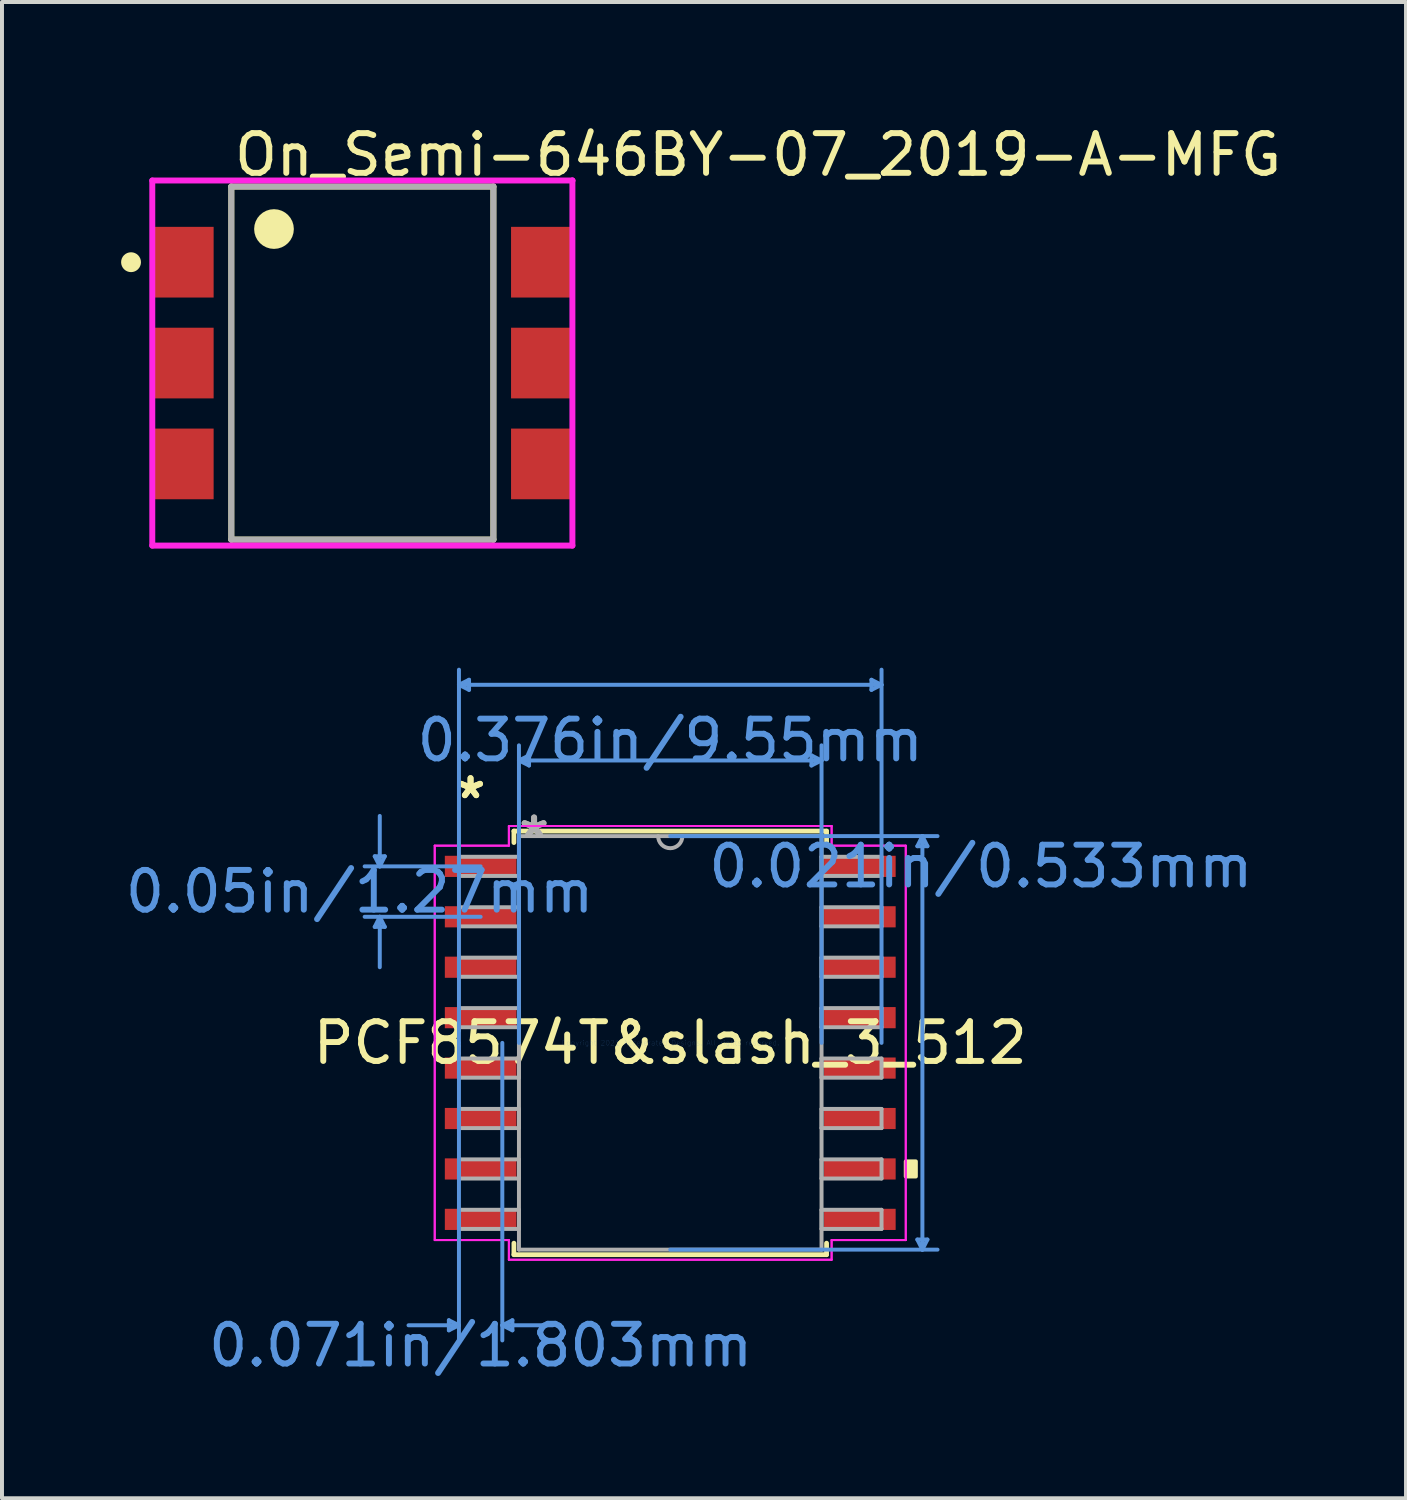
<source format=kicad_pcb>
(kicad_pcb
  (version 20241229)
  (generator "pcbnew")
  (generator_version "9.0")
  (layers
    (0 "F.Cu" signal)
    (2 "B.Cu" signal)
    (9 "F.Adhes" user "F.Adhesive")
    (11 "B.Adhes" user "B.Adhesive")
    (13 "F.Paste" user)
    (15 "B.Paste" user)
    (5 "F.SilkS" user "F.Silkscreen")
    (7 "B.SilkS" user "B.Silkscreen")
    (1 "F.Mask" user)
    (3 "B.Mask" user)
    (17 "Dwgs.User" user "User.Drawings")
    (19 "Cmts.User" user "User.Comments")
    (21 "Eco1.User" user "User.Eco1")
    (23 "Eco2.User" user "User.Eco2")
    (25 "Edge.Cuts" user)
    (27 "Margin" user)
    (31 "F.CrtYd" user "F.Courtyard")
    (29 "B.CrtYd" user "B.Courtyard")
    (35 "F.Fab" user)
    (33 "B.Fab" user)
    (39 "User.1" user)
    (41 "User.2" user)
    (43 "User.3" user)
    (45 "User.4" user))
  (footprint "On_Semi-646BY-07_2019-A-MFG"
    (layer "F.Cu")
    (at 6.075 6.093)
    (property "Reference" "On_Semi-646BY-07_2019-A-MFG" (at -3.3 -5.245 0) (layer "F.SilkS") (effects (font (size 1 1) (thickness 0.15)) (justify left)))
    (attr through_hole)
    (fp_line (start -3.3 -4.445) (end 3.3 -4.445) (stroke (width 0.15) (type solid)) (layer "F.SilkS"))
    (fp_line (start -3.3 4.445) (end -3.3 -4.445) (stroke (width 0.15) (type solid)) (layer "F.SilkS"))
    (fp_line (start -3.3 4.445) (end 3.3 4.445) (stroke (width 0.15) (type solid)) (layer "F.SilkS"))
    (fp_line (start 3.3 4.445) (end 3.3 -4.445) (stroke (width 0.15) (type solid)) (layer "F.SilkS"))
    (fp_circle (center -5.825 -2.54) (end -5.7 -2.54) (stroke (width 0.25) (type solid)) (fill no) (layer "F.SilkS"))
    (fp_circle (center -2.225 -3.375) (end -1.975 -3.375) (stroke (width 0.5) (type solid)) (fill no) (layer "F.SilkS"))
    (fp_line (start -5.29 -4.597) (end -5.29 4.597) (stroke (width 0.15) (type solid)) (layer "F.CrtYd"))
    (fp_line (start -5.29 4.597) (end 5.29 4.597) (stroke (width 0.15) (type solid)) (layer "F.CrtYd"))
    (fp_line (start 5.29 -4.597) (end -5.29 -4.597) (stroke (width 0.15) (type solid)) (layer "F.CrtYd"))
    (fp_line (start 5.29 -4.597) (end 5.29 -4.597) (stroke (width 0.15) (type solid)) (layer "F.CrtYd"))
    (fp_line (start 5.29 4.597) (end 5.29 -4.597) (stroke (width 0.15) (type solid)) (layer "F.CrtYd"))
    (fp_line (start -3.3 -4.445) (end 3.3 -4.445) (stroke (width 0.15) (type solid)) (layer "F.Fab"))
    (fp_line (start -3.3 4.445) (end -3.3 -4.445) (stroke (width 0.15) (type solid)) (layer "F.Fab"))
    (fp_line (start 3.3 -4.445) (end 3.3 4.445) (stroke (width 0.15) (type solid)) (layer "F.Fab"))
    (fp_line (start 3.3 4.445) (end -3.3 4.445) (stroke (width 0.15) (type solid)) (layer "F.Fab"))
    (pad "1" smd rect (at -4.505 -2.54) (size 1.52 1.78) (layers "F.Cu" "F.Mask" "F.Paste"))
    (pad "2" smd rect (at -4.505 0) (size 1.52 1.78) (layers "F.Cu" "F.Mask" "F.Paste"))
    (pad "3" smd rect (at -4.505 2.54) (size 1.52 1.78) (layers "F.Cu" "F.Mask" "F.Paste"))
    (pad "4" smd rect (at 4.505 2.54) (size 1.52 1.78) (layers "F.Cu" "F.Mask" "F.Paste"))
    (pad "5" smd rect (at 4.505 0) (size 1.52 1.78) (layers "F.Cu" "F.Mask" "F.Paste"))
    (pad "6" smd rect (at 4.505 -2.54) (size 1.52 1.78) (layers "F.Cu" "F.Mask" "F.Paste")))
  (footprint "PCF8574T&slash_3_512"
    (layer "F.Cu")
    (at 13.829 23.213)
    (property "Reference" "PCF8574T&slash_3_512" (at 0 0 0) (layer "F.SilkS") (effects (font (size 1 1) (thickness 0.15))))
    (attr through_hole)
    (fp_line (start -3.937 -5.334) (end -3.937 -5.044) (stroke (width 0.12) (type solid)) (layer "F.SilkS"))
    (fp_line (start -3.937 5.044) (end -3.937 5.334) (stroke (width 0.12) (type solid)) (layer "F.SilkS"))
    (fp_line (start -3.937 5.334) (end 3.937 5.334) (stroke (width 0.12) (type solid)) (layer "F.SilkS"))
    (fp_line (start 3.937 -5.334) (end -3.937 -5.334) (stroke (width 0.12) (type solid)) (layer "F.SilkS"))
    (fp_line (start 3.937 -5.044) (end 3.937 -5.334) (stroke (width 0.12) (type solid)) (layer "F.SilkS"))
    (fp_line (start 3.937 5.334) (end 3.937 5.044) (stroke (width 0.12) (type solid)) (layer "F.SilkS"))
    (fp_poly (pts (xy 6.185 2.985) (xy 6.185 3.365) (xy 5.931 3.365) (xy 5.931 2.985)) (stroke (width 0.1) (type solid)) (fill yes) (layer "F.SilkS"))
    (fp_line (start -7.442 -4.699) (end -7.188 -4.699) (stroke (width 0.1) (type solid)) (layer "Cmts.User"))
    (fp_line (start -7.442 -2.921) (end -7.188 -2.921) (stroke (width 0.1) (type solid)) (layer "Cmts.User"))
    (fp_line (start -7.315 -4.445) (end -7.442 -4.699) (stroke (width 0.1) (type solid)) (layer "Cmts.User"))
    (fp_line (start -7.315 -4.445) (end -7.315 -5.715) (stroke (width 0.1) (type solid)) (layer "Cmts.User"))
    (fp_line (start -7.315 -4.445) (end -7.188 -4.699) (stroke (width 0.1) (type solid)) (layer "Cmts.User"))
    (fp_line (start -7.315 -3.175) (end -7.442 -2.921) (stroke (width 0.1) (type solid)) (layer "Cmts.User"))
    (fp_line (start -7.315 -3.175) (end -7.315 -1.905) (stroke (width 0.1) (type solid)) (layer "Cmts.User"))
    (fp_line (start -7.315 -3.175) (end -7.188 -2.921) (stroke (width 0.1) (type solid)) (layer "Cmts.User"))
    (fp_line (start -5.575 6.985) (end -5.575 7.239) (stroke (width 0.1) (type solid)) (layer "Cmts.User"))
    (fp_line (start -5.321 -9.017) (end -5.067 -9.144) (stroke (width 0.1) (type solid)) (layer "Cmts.User"))
    (fp_line (start -5.321 -9.017) (end -5.067 -8.89) (stroke (width 0.1) (type solid)) (layer "Cmts.User"))
    (fp_line (start -5.321 -9.017) (end 5.321 -9.017) (stroke (width 0.1) (type solid)) (layer "Cmts.User"))
    (fp_line (start -5.321 0) (end -5.321 -9.398) (stroke (width 0.1) (type solid)) (layer "Cmts.User"))
    (fp_line (start -5.321 0) (end -5.321 7.493) (stroke (width 0.1) (type solid)) (layer "Cmts.User"))
    (fp_line (start -5.321 7.112) (end -6.591 7.112) (stroke (width 0.1) (type solid)) (layer "Cmts.User"))
    (fp_line (start -5.321 7.112) (end -5.575 6.985) (stroke (width 0.1) (type solid)) (layer "Cmts.User"))
    (fp_line (start -5.321 7.112) (end -5.575 7.239) (stroke (width 0.1) (type solid)) (layer "Cmts.User"))
    (fp_line (start -5.067 -9.144) (end -5.067 -8.89) (stroke (width 0.1) (type solid)) (layer "Cmts.User"))
    (fp_line (start -4.775 -4.445) (end -7.696 -4.445) (stroke (width 0.1) (type solid)) (layer "Cmts.User"))
    (fp_line (start -4.775 -3.175) (end -7.696 -3.175) (stroke (width 0.1) (type solid)) (layer "Cmts.User"))
    (fp_line (start -4.229 0) (end -4.229 7.493) (stroke (width 0.1) (type solid)) (layer "Cmts.User"))
    (fp_line (start -4.229 7.112) (end -3.975 6.985) (stroke (width 0.1) (type solid)) (layer "Cmts.User"))
    (fp_line (start -4.229 7.112) (end -3.975 7.239) (stroke (width 0.1) (type solid)) (layer "Cmts.User"))
    (fp_line (start -4.229 7.112) (end -2.959 7.112) (stroke (width 0.1) (type solid)) (layer "Cmts.User"))
    (fp_line (start -3.975 6.985) (end -3.975 7.239) (stroke (width 0.1) (type solid)) (layer "Cmts.User"))
    (fp_line (start -3.81 -7.112) (end -3.556 -7.239) (stroke (width 0.1) (type solid)) (layer "Cmts.User"))
    (fp_line (start -3.81 -7.112) (end -3.556 -6.985) (stroke (width 0.1) (type solid)) (layer "Cmts.User"))
    (fp_line (start -3.81 -7.112) (end 3.81 -7.112) (stroke (width 0.1) (type solid)) (layer "Cmts.User"))
    (fp_line (start -3.81 0) (end -3.81 -7.493) (stroke (width 0.1) (type solid)) (layer "Cmts.User"))
    (fp_line (start -3.556 -7.239) (end -3.556 -6.985) (stroke (width 0.1) (type solid)) (layer "Cmts.User"))
    (fp_line (start 0 -5.207) (end 6.731 -5.207) (stroke (width 0.1) (type solid)) (layer "Cmts.User"))
    (fp_line (start 0 5.207) (end 6.731 5.207) (stroke (width 0.1) (type solid)) (layer "Cmts.User"))
    (fp_line (start 3.556 -7.239) (end 3.556 -6.985) (stroke (width 0.1) (type solid)) (layer "Cmts.User"))
    (fp_line (start 3.81 -7.112) (end 3.556 -7.239) (stroke (width 0.1) (type solid)) (layer "Cmts.User"))
    (fp_line (start 3.81 -7.112) (end 3.556 -6.985) (stroke (width 0.1) (type solid)) (layer "Cmts.User"))
    (fp_line (start 3.81 0) (end 3.81 -7.493) (stroke (width 0.1) (type solid)) (layer "Cmts.User"))
    (fp_line (start 5.067 -9.144) (end 5.067 -8.89) (stroke (width 0.1) (type solid)) (layer "Cmts.User"))
    (fp_line (start 5.321 -9.017) (end 5.067 -9.144) (stroke (width 0.1) (type solid)) (layer "Cmts.User"))
    (fp_line (start 5.321 -9.017) (end 5.067 -8.89) (stroke (width 0.1) (type solid)) (layer "Cmts.User"))
    (fp_line (start 5.321 0) (end 5.321 -9.398) (stroke (width 0.1) (type solid)) (layer "Cmts.User"))
    (fp_line (start 6.223 -4.953) (end 6.477 -4.953) (stroke (width 0.1) (type solid)) (layer "Cmts.User"))
    (fp_line (start 6.223 4.953) (end 6.477 4.953) (stroke (width 0.1) (type solid)) (layer "Cmts.User"))
    (fp_line (start 6.35 -5.207) (end 6.223 -4.953) (stroke (width 0.1) (type solid)) (layer "Cmts.User"))
    (fp_line (start 6.35 -5.207) (end 6.35 5.207) (stroke (width 0.1) (type solid)) (layer "Cmts.User"))
    (fp_line (start 6.35 -5.207) (end 6.477 -4.953) (stroke (width 0.1) (type solid)) (layer "Cmts.User"))
    (fp_line (start 6.35 5.207) (end 6.223 4.953) (stroke (width 0.1) (type solid)) (layer "Cmts.User"))
    (fp_line (start 6.35 5.207) (end 6.477 4.953) (stroke (width 0.1) (type solid)) (layer "Cmts.User"))
    (fp_line (start -5.931 -4.966) (end -4.064 -4.966) (stroke (width 0.05) (type solid)) (layer "F.CrtYd"))
    (fp_line (start -5.931 -4.966) (end -4.064 -4.966) (stroke (width 0.05) (type solid)) (layer "F.CrtYd"))
    (fp_line (start -5.931 4.966) (end -5.931 -4.966) (stroke (width 0.05) (type solid)) (layer "F.CrtYd"))
    (fp_line (start -5.931 4.966) (end -5.931 -4.966) (stroke (width 0.05) (type solid)) (layer "F.CrtYd"))
    (fp_line (start -5.931 4.966) (end -4.064 4.966) (stroke (width 0.05) (type solid)) (layer "F.CrtYd"))
    (fp_line (start -4.064 -5.461) (end 4.064 -5.461) (stroke (width 0.05) (type solid)) (layer "F.CrtYd"))
    (fp_line (start -4.064 -5.461) (end 4.064 -5.461) (stroke (width 0.05) (type solid)) (layer "F.CrtYd"))
    (fp_line (start -4.064 -4.966) (end -4.064 -5.461) (stroke (width 0.05) (type solid)) (layer "F.CrtYd"))
    (fp_line (start -4.064 -4.966) (end -4.064 -5.461) (stroke (width 0.05) (type solid)) (layer "F.CrtYd"))
    (fp_line (start -4.064 4.966) (end -5.931 4.966) (stroke (width 0.05) (type solid)) (layer "F.CrtYd"))
    (fp_line (start -4.064 5.461) (end -4.064 4.966) (stroke (width 0.05) (type solid)) (layer "F.CrtYd"))
    (fp_line (start -4.064 5.461) (end -4.064 4.966) (stroke (width 0.05) (type solid)) (layer "F.CrtYd"))
    (fp_line (start 4.064 -5.461) (end 4.064 -4.966) (stroke (width 0.05) (type solid)) (layer "F.CrtYd"))
    (fp_line (start 4.064 -5.461) (end 4.064 -4.966) (stroke (width 0.05) (type solid)) (layer "F.CrtYd"))
    (fp_line (start 4.064 -4.966) (end 5.931 -4.966) (stroke (width 0.05) (type solid)) (layer "F.CrtYd"))
    (fp_line (start 4.064 4.966) (end 4.064 5.461) (stroke (width 0.05) (type solid)) (layer "F.CrtYd"))
    (fp_line (start 4.064 4.966) (end 4.064 5.461) (stroke (width 0.05) (type solid)) (layer "F.CrtYd"))
    (fp_line (start 4.064 5.461) (end -4.064 5.461) (stroke (width 0.05) (type solid)) (layer "F.CrtYd"))
    (fp_line (start 4.064 5.461) (end -4.064 5.461) (stroke (width 0.05) (type solid)) (layer "F.CrtYd"))
    (fp_line (start 5.931 -4.966) (end 4.064 -4.966) (stroke (width 0.05) (type solid)) (layer "F.CrtYd"))
    (fp_line (start 5.931 -4.966) (end 5.931 4.966) (stroke (width 0.05) (type solid)) (layer "F.CrtYd"))
    (fp_line (start 5.931 -4.966) (end 5.931 4.966) (stroke (width 0.05) (type solid)) (layer "F.CrtYd"))
    (fp_line (start 5.931 4.966) (end 4.064 4.966) (stroke (width 0.05) (type solid)) (layer "F.CrtYd"))
    (fp_line (start 5.931 4.966) (end 4.064 4.966) (stroke (width 0.05) (type solid)) (layer "F.CrtYd"))
    (fp_line (start -5.321 -4.686) (end -5.321 -4.204) (stroke (width 0.1) (type solid)) (layer "F.Fab"))
    (fp_line (start -5.321 -4.204) (end -3.81 -4.204) (stroke (width 0.1) (type solid)) (layer "F.Fab"))
    (fp_line (start -5.321 -3.416) (end -5.321 -2.934) (stroke (width 0.1) (type solid)) (layer "F.Fab"))
    (fp_line (start -5.321 -2.934) (end -3.81 -2.934) (stroke (width 0.1) (type solid)) (layer "F.Fab"))
    (fp_line (start -5.321 -2.146) (end -5.321 -1.664) (stroke (width 0.1) (type solid)) (layer "F.Fab"))
    (fp_line (start -5.321 -1.664) (end -3.81 -1.664) (stroke (width 0.1) (type solid)) (layer "F.Fab"))
    (fp_line (start -5.321 -0.876) (end -5.321 -0.394) (stroke (width 0.1) (type solid)) (layer "F.Fab"))
    (fp_line (start -5.321 -0.394) (end -3.81 -0.394) (stroke (width 0.1) (type solid)) (layer "F.Fab"))
    (fp_line (start -5.321 0.394) (end -5.321 0.876) (stroke (width 0.1) (type solid)) (layer "F.Fab"))
    (fp_line (start -5.321 0.876) (end -3.81 0.876) (stroke (width 0.1) (type solid)) (layer "F.Fab"))
    (fp_line (start -5.321 1.664) (end -5.321 2.146) (stroke (width 0.1) (type solid)) (layer "F.Fab"))
    (fp_line (start -5.321 2.146) (end -3.81 2.146) (stroke (width 0.1) (type solid)) (layer "F.Fab"))
    (fp_line (start -5.321 2.934) (end -5.321 3.416) (stroke (width 0.1) (type solid)) (layer "F.Fab"))
    (fp_line (start -5.321 3.416) (end -3.81 3.416) (stroke (width 0.1) (type solid)) (layer "F.Fab"))
    (fp_line (start -5.321 4.204) (end -5.321 4.686) (stroke (width 0.1) (type solid)) (layer "F.Fab"))
    (fp_line (start -5.321 4.686) (end -3.81 4.686) (stroke (width 0.1) (type solid)) (layer "F.Fab"))
    (fp_line (start -3.81 -5.207) (end -3.81 5.207) (stroke (width 0.1) (type solid)) (layer "F.Fab"))
    (fp_line (start -3.81 -4.686) (end -5.321 -4.686) (stroke (width 0.1) (type solid)) (layer "F.Fab"))
    (fp_line (start -3.81 -4.204) (end -3.81 -4.686) (stroke (width 0.1) (type solid)) (layer "F.Fab"))
    (fp_line (start -3.81 -3.416) (end -5.321 -3.416) (stroke (width 0.1) (type solid)) (layer "F.Fab"))
    (fp_line (start -3.81 -2.934) (end -3.81 -3.416) (stroke (width 0.1) (type solid)) (layer "F.Fab"))
    (fp_line (start -3.81 -2.146) (end -5.321 -2.146) (stroke (width 0.1) (type solid)) (layer "F.Fab"))
    (fp_line (start -3.81 -1.664) (end -3.81 -2.146) (stroke (width 0.1) (type solid)) (layer "F.Fab"))
    (fp_line (start -3.81 -0.876) (end -5.321 -0.876) (stroke (width 0.1) (type solid)) (layer "F.Fab"))
    (fp_line (start -3.81 -0.394) (end -3.81 -0.876) (stroke (width 0.1) (type solid)) (layer "F.Fab"))
    (fp_line (start -3.81 0.394) (end -5.321 0.394) (stroke (width 0.1) (type solid)) (layer "F.Fab"))
    (fp_line (start -3.81 0.876) (end -3.81 0.394) (stroke (width 0.1) (type solid)) (layer "F.Fab"))
    (fp_line (start -3.81 1.664) (end -5.321 1.664) (stroke (width 0.1) (type solid)) (layer "F.Fab"))
    (fp_line (start -3.81 2.146) (end -3.81 1.664) (stroke (width 0.1) (type solid)) (layer "F.Fab"))
    (fp_line (start -3.81 2.934) (end -5.321 2.934) (stroke (width 0.1) (type solid)) (layer "F.Fab"))
    (fp_line (start -3.81 3.416) (end -3.81 2.934) (stroke (width 0.1) (type solid)) (layer "F.Fab"))
    (fp_line (start -3.81 4.204) (end -5.321 4.204) (stroke (width 0.1) (type solid)) (layer "F.Fab"))
    (fp_line (start -3.81 4.686) (end -3.81 4.204) (stroke (width 0.1) (type solid)) (layer "F.Fab"))
    (fp_line (start -3.81 5.207) (end 3.81 5.207) (stroke (width 0.1) (type solid)) (layer "F.Fab"))
    (fp_line (start 3.81 -5.207) (end -3.81 -5.207) (stroke (width 0.1) (type solid)) (layer "F.Fab"))
    (fp_line (start 3.81 -4.686) (end 3.81 -4.204) (stroke (width 0.1) (type solid)) (layer "F.Fab"))
    (fp_line (start 3.81 -4.204) (end 5.321 -4.204) (stroke (width 0.1) (type solid)) (layer "F.Fab"))
    (fp_line (start 3.81 -3.416) (end 3.81 -2.934) (stroke (width 0.1) (type solid)) (layer "F.Fab"))
    (fp_line (start 3.81 -2.934) (end 5.321 -2.934) (stroke (width 0.1) (type solid)) (layer "F.Fab"))
    (fp_line (start 3.81 -2.146) (end 3.81 -1.664) (stroke (width 0.1) (type solid)) (layer "F.Fab"))
    (fp_line (start 3.81 -1.664) (end 5.321 -1.664) (stroke (width 0.1) (type solid)) (layer "F.Fab"))
    (fp_line (start 3.81 -0.876) (end 3.81 -0.394) (stroke (width 0.1) (type solid)) (layer "F.Fab"))
    (fp_line (start 3.81 -0.394) (end 5.321 -0.394) (stroke (width 0.1) (type solid)) (layer "F.Fab"))
    (fp_line (start 3.81 0.394) (end 3.81 0.876) (stroke (width 0.1) (type solid)) (layer "F.Fab"))
    (fp_line (start 3.81 0.876) (end 5.321 0.876) (stroke (width 0.1) (type solid)) (layer "F.Fab"))
    (fp_line (start 3.81 1.664) (end 3.81 2.146) (stroke (width 0.1) (type solid)) (layer "F.Fab"))
    (fp_line (start 3.81 2.146) (end 5.321 2.146) (stroke (width 0.1) (type solid)) (layer "F.Fab"))
    (fp_line (start 3.81 2.934) (end 3.81 3.416) (stroke (width 0.1) (type solid)) (layer "F.Fab"))
    (fp_line (start 3.81 3.416) (end 5.321 3.416) (stroke (width 0.1) (type solid)) (layer "F.Fab"))
    (fp_line (start 3.81 4.204) (end 3.81 4.686) (stroke (width 0.1) (type solid)) (layer "F.Fab"))
    (fp_line (start 3.81 4.686) (end 5.321 4.686) (stroke (width 0.1) (type solid)) (layer "F.Fab"))
    (fp_line (start 3.81 5.207) (end 3.81 -5.207) (stroke (width 0.1) (type solid)) (layer "F.Fab"))
    (fp_line (start 5.321 -4.686) (end 3.81 -4.686) (stroke (width 0.1) (type solid)) (layer "F.Fab"))
    (fp_line (start 5.321 -4.204) (end 5.321 -4.686) (stroke (width 0.1) (type solid)) (layer "F.Fab"))
    (fp_line (start 5.321 -3.416) (end 3.81 -3.416) (stroke (width 0.1) (type solid)) (layer "F.Fab"))
    (fp_line (start 5.321 -2.934) (end 5.321 -3.416) (stroke (width 0.1) (type solid)) (layer "F.Fab"))
    (fp_line (start 5.321 -2.146) (end 3.81 -2.146) (stroke (width 0.1) (type solid)) (layer "F.Fab"))
    (fp_line (start 5.321 -1.664) (end 5.321 -2.146) (stroke (width 0.1) (type solid)) (layer "F.Fab"))
    (fp_line (start 5.321 -0.876) (end 3.81 -0.876) (stroke (width 0.1) (type solid)) (layer "F.Fab"))
    (fp_line (start 5.321 -0.394) (end 5.321 -0.876) (stroke (width 0.1) (type solid)) (layer "F.Fab"))
    (fp_line (start 5.321 0.394) (end 3.81 0.394) (stroke (width 0.1) (type solid)) (layer "F.Fab"))
    (fp_line (start 5.321 0.876) (end 5.321 0.394) (stroke (width 0.1) (type solid)) (layer "F.Fab"))
    (fp_line (start 5.321 1.664) (end 3.81 1.664) (stroke (width 0.1) (type solid)) (layer "F.Fab"))
    (fp_line (start 5.321 2.146) (end 5.321 1.664) (stroke (width 0.1) (type solid)) (layer "F.Fab"))
    (fp_line (start 5.321 2.934) (end 3.81 2.934) (stroke (width 0.1) (type solid)) (layer "F.Fab"))
    (fp_line (start 5.321 3.416) (end 5.321 2.934) (stroke (width 0.1) (type solid)) (layer "F.Fab"))
    (fp_line (start 5.321 4.204) (end 3.81 4.204) (stroke (width 0.1) (type solid)) (layer "F.Fab"))
    (fp_line (start 5.321 4.686) (end 5.321 4.204) (stroke (width 0.1) (type solid)) (layer "F.Fab"))
    (fp_arc (start 0.3048 -5.207) (mid 0 -4.9022) (end -0.3048 -5.207) (stroke (width 0.1) (type solid)) (layer "F.Fab"))
    (fp_text user "*" (at -5.029 -6.121 0) (layer "F.SilkS") (effects (font (size 1 1) (thickness 0.15))))
    (fp_text user "*" (at -5.029 -6.121 0) (layer "F.SilkS") (effects (font (size 1 1) (thickness 0.15))))
    (fp_text user "Copyright 2021 Accelerated Designs. All rights reserved." (at 0 0 0) (layer "Cmts.User") (effects (font (size 0.127 0.127) (thickness 0.002))))
    (fp_text user "0.05in/1.27mm" (at -7.823 -3.81 0) (layer "Cmts.User") (effects (font (size 1 1) (thickness 0.15))))
    (fp_text user "0.376in/9.55mm" (at 0 -7.62 0) (layer "Cmts.User") (effects (font (size 1 1) (thickness 0.15))))
    (fp_text user "0.071in/1.803mm" (at -4.775 7.62 0) (layer "Cmts.User") (effects (font (size 1 1) (thickness 0.15))))
    (fp_text user "0.021in/0.533mm" (at 7.823 -4.445 0) (layer "Cmts.User") (effects (font (size 1 1) (thickness 0.15))))
    (fp_text user "*" (at -3.429 -5.131 0) (layer "F.Fab") (effects (font (size 1 1) (thickness 0.15))))
    (fp_text user "*" (at -3.429 -5.131 0) (layer "F.Fab") (effects (font (size 1 1) (thickness 0.15))))
    (pad "1" smd rect (at -4.775 -4.445) (size 1.803 0.533) (layers "F.Cu" "F.Mask" "F.Paste"))
    (pad "2" smd rect (at -4.775 -3.175) (size 1.803 0.533) (layers "F.Cu" "F.Mask" "F.Paste"))
    (pad "3" smd rect (at -4.775 -1.905) (size 1.803 0.533) (layers "F.Cu" "F.Mask" "F.Paste"))
    (pad "4" smd rect (at -4.775 -0.635) (size 1.803 0.533) (layers "F.Cu" "F.Mask" "F.Paste"))
    (pad "5" smd rect (at -4.775 0.635) (size 1.803 0.533) (layers "F.Cu" "F.Mask" "F.Paste"))
    (pad "6" smd rect (at -4.775 1.905) (size 1.803 0.533) (layers "F.Cu" "F.Mask" "F.Paste"))
    (pad "7" smd rect (at -4.775 3.175) (size 1.803 0.533) (layers "F.Cu" "F.Mask" "F.Paste"))
    (pad "8" smd rect (at -4.775 4.445) (size 1.803 0.533) (layers "F.Cu" "F.Mask" "F.Paste"))
    (pad "9" smd rect (at 4.775 4.445) (size 1.803 0.533) (layers "F.Cu" "F.Mask" "F.Paste"))
    (pad "10" smd rect (at 4.775 3.175) (size 1.803 0.533) (layers "F.Cu" "F.Mask" "F.Paste"))
    (pad "11" smd rect (at 4.775 1.905) (size 1.803 0.533) (layers "F.Cu" "F.Mask" "F.Paste"))
    (pad "12" smd rect (at 4.775 0.635) (size 1.803 0.533) (layers "F.Cu" "F.Mask" "F.Paste"))
    (pad "13" smd rect (at 4.775 -0.635) (size 1.803 0.533) (layers "F.Cu" "F.Mask" "F.Paste"))
    (pad "14" smd rect (at 4.775 -1.905) (size 1.803 0.533) (layers "F.Cu" "F.Mask" "F.Paste"))
    (pad "15" smd rect (at 4.775 -3.175) (size 1.803 0.533) (layers "F.Cu" "F.Mask" "F.Paste"))
    (pad "16" smd rect (at 4.775 -4.445) (size 1.803 0.533) (layers "F.Cu" "F.Mask" "F.Paste")))
  (gr_rect
    (start -3 -3)
    (end 32.358 34.681)
    (stroke (width 0.1) (type default))
    (fill no)
    (layer "Edge.Cuts")))
</source>
